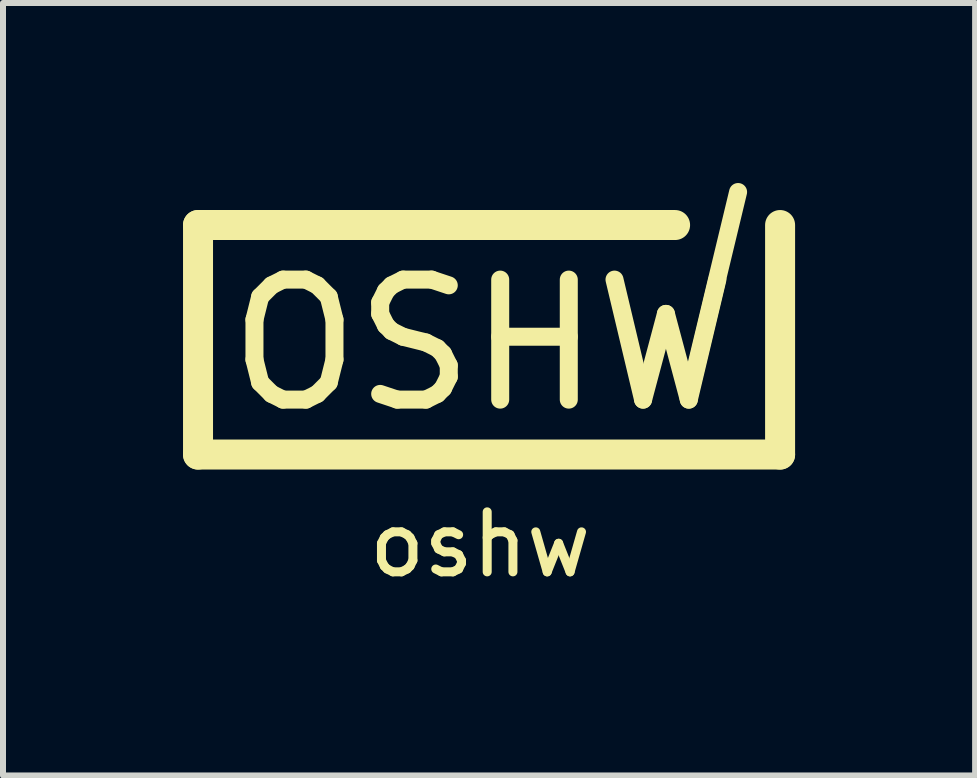
<source format=kicad_pcb>
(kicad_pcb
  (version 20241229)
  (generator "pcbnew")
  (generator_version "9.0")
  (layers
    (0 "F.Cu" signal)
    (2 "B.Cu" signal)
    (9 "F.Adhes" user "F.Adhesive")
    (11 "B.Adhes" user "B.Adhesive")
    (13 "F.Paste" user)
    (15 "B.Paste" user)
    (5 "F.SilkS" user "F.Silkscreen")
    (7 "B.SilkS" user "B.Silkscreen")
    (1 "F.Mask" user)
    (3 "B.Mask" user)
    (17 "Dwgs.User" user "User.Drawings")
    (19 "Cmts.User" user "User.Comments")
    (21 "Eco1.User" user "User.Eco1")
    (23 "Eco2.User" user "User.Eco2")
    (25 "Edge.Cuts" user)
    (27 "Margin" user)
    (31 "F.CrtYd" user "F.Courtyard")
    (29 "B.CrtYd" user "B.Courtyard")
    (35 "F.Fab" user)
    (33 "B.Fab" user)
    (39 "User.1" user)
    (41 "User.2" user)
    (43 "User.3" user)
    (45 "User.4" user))
  (footprint "oshw"
    (layer "F.Cu")
    (at 5 2.7)
    (property "Reference" "oshw" (at -0.05 3.325 180) (layer "F.SilkS") (effects (font (size 1 1) (thickness 0.15))))
    (attr exclude_from_pos_files exclude_from_bom)
    (fp_line (start -4.75 -2) (end -4.75 1.825) (stroke (width 0.5) (type solid)) (layer "F.SilkS"))
    (fp_line (start -4.75 1.825) (end 4.95 1.825) (stroke (width 0.5) (type solid)) (layer "F.SilkS"))
    (fp_line (start 3.2 -2) (end -4.75 -2) (stroke (width 0.5) (type solid)) (layer "F.SilkS"))
    (fp_line (start 3.425 0.875) (end 4.25 -2.55) (stroke (width 0.3) (type solid)) (layer "F.SilkS"))
    (fp_line (start 4.95 1.825) (end 4.95 -2) (stroke (width 0.5) (type solid)) (layer "F.SilkS"))
    (fp_text user "OSHW" (at 0 0 180) (layer "F.SilkS") (effects (font (size 2 2) (thickness 0.3)))))
  (gr_rect
    (start -3 -3)
    (end 13.2 9.873)
    (stroke (width 0.1) (type default))
    (fill no)
    (layer "Edge.Cuts")))
</source>
